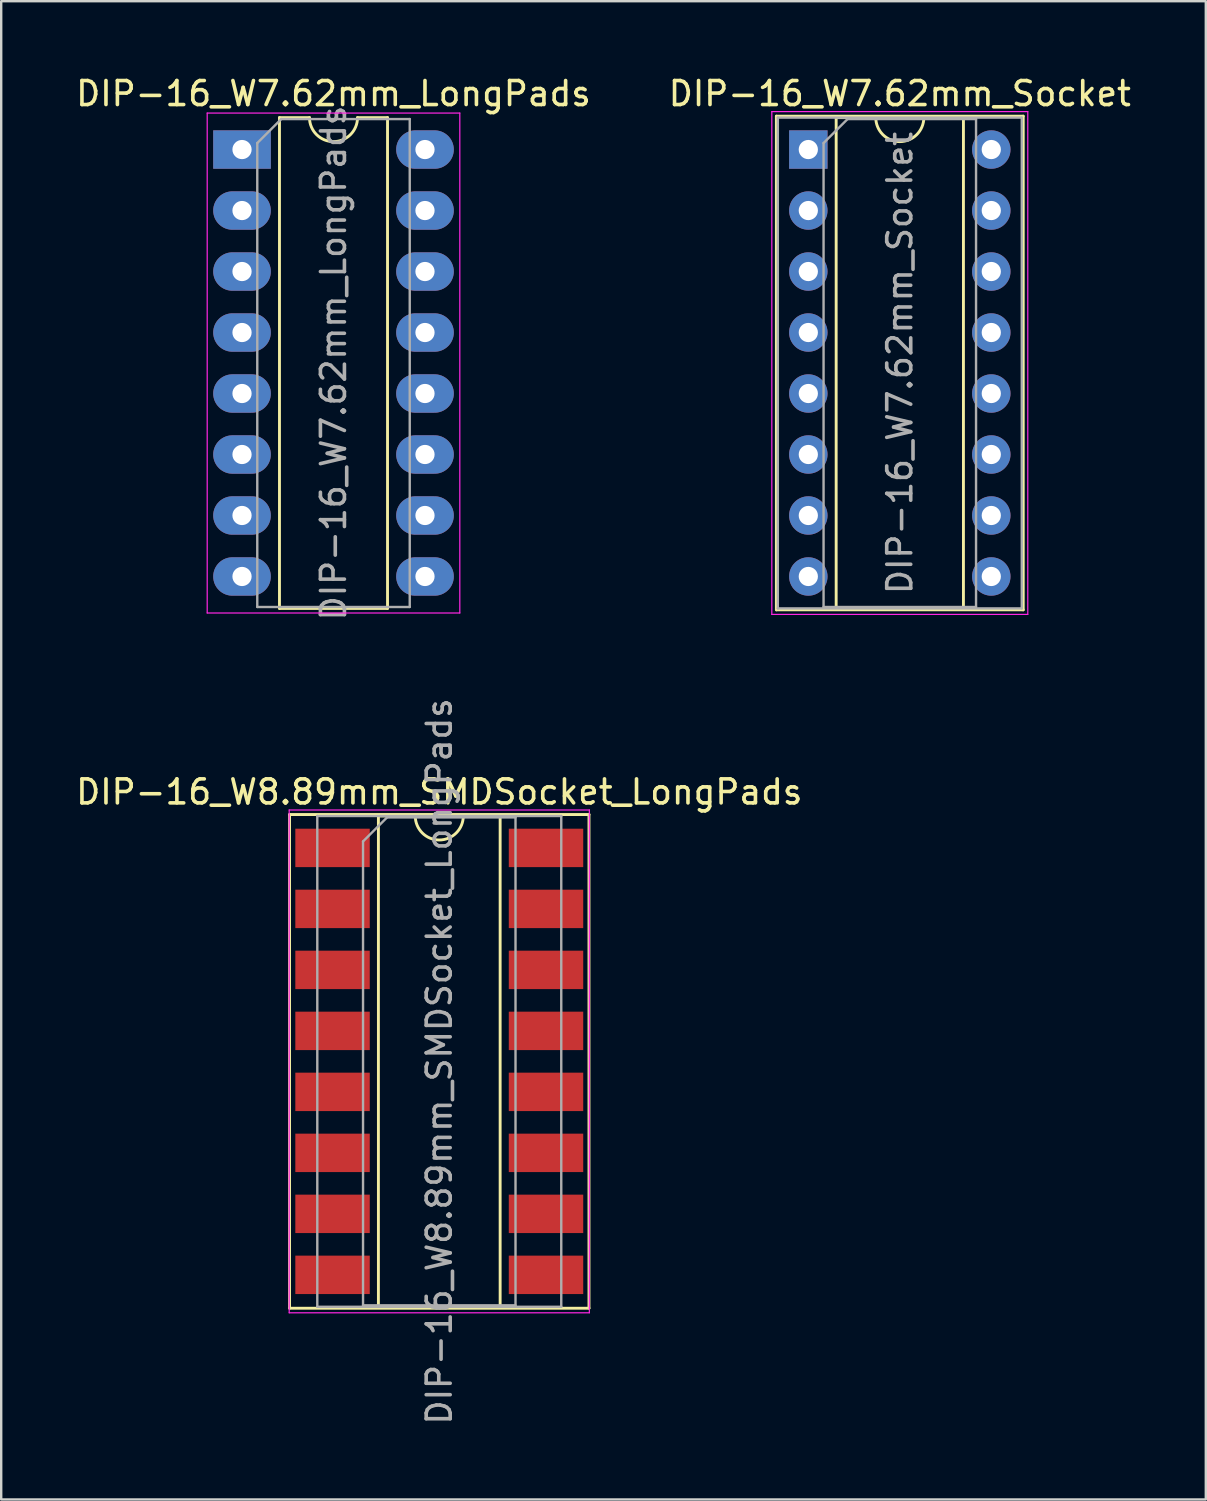
<source format=kicad_pcb>
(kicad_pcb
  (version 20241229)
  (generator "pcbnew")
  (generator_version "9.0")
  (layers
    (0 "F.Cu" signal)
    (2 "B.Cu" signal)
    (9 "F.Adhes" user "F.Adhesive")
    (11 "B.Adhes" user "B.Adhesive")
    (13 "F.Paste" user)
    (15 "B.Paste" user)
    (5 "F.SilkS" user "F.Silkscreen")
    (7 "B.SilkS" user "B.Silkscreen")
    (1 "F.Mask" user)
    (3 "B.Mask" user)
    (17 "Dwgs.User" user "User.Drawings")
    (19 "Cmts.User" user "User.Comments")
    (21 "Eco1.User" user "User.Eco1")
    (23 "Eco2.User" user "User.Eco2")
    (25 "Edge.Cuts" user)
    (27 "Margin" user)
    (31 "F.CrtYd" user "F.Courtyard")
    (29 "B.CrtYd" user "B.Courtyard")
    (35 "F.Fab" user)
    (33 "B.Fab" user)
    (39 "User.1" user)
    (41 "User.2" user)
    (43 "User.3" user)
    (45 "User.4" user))
  (footprint "DIP-16_W7.62mm_Socket"
    (layer "F.Cu")
    (at 30.613 3.178)
    (property "Reference" "DIP-16_W7.62mm_Socket" (at 3.81 -2.33 0) (layer "F.SilkS") (effects (font (size 1 1) (thickness 0.15))))
    (attr through_hole)
    (fp_line (start -1.33 -1.39) (end -1.33 19.17) (stroke (width 0.12) (type solid)) (layer "F.SilkS"))
    (fp_line (start -1.33 19.17) (end 8.95 19.17) (stroke (width 0.12) (type solid)) (layer "F.SilkS"))
    (fp_line (start 1.16 -1.33) (end 1.16 19.11) (stroke (width 0.12) (type solid)) (layer "F.SilkS"))
    (fp_line (start 1.16 19.11) (end 6.46 19.11) (stroke (width 0.12) (type solid)) (layer "F.SilkS"))
    (fp_line (start 2.81 -1.33) (end 1.16 -1.33) (stroke (width 0.12) (type solid)) (layer "F.SilkS"))
    (fp_line (start 6.46 -1.33) (end 4.81 -1.33) (stroke (width 0.12) (type solid)) (layer "F.SilkS"))
    (fp_line (start 6.46 19.11) (end 6.46 -1.33) (stroke (width 0.12) (type solid)) (layer "F.SilkS"))
    (fp_line (start 8.95 -1.39) (end -1.33 -1.39) (stroke (width 0.12) (type solid)) (layer "F.SilkS"))
    (fp_line (start 8.95 19.17) (end 8.95 -1.39) (stroke (width 0.12) (type solid)) (layer "F.SilkS"))
    (fp_arc (start 4.81 -1.33) (mid 3.81 -0.33) (end 2.81 -1.33) (stroke (width 0.12) (type solid)) (layer "F.SilkS"))
    (fp_line (start -1.52 -1.58) (end -1.52 19.36) (stroke (width 0.05) (type solid)) (layer "F.CrtYd"))
    (fp_line (start -1.52 19.36) (end 9.14 19.36) (stroke (width 0.05) (type solid)) (layer "F.CrtYd"))
    (fp_line (start 9.14 -1.58) (end -1.52 -1.58) (stroke (width 0.05) (type solid)) (layer "F.CrtYd"))
    (fp_line (start 9.14 19.36) (end 9.14 -1.58) (stroke (width 0.05) (type solid)) (layer "F.CrtYd"))
    (fp_line (start -1.27 -1.33) (end -1.27 19.11) (stroke (width 0.1) (type solid)) (layer "F.Fab"))
    (fp_line (start -1.27 19.11) (end 8.89 19.11) (stroke (width 0.1) (type solid)) (layer "F.Fab"))
    (fp_line (start 0.635 -0.27) (end 1.635 -1.27) (stroke (width 0.1) (type solid)) (layer "F.Fab"))
    (fp_line (start 0.635 19.05) (end 0.635 -0.27) (stroke (width 0.1) (type solid)) (layer "F.Fab"))
    (fp_line (start 1.635 -1.27) (end 6.985 -1.27) (stroke (width 0.1) (type solid)) (layer "F.Fab"))
    (fp_line (start 6.985 -1.27) (end 6.985 19.05) (stroke (width 0.1) (type solid)) (layer "F.Fab"))
    (fp_line (start 6.985 19.05) (end 0.635 19.05) (stroke (width 0.1) (type solid)) (layer "F.Fab"))
    (fp_line (start 8.89 -1.33) (end -1.27 -1.33) (stroke (width 0.1) (type solid)) (layer "F.Fab"))
    (fp_line (start 8.89 19.11) (end 8.89 -1.33) (stroke (width 0.1) (type solid)) (layer "F.Fab"))
    (fp_text user "${REFERENCE}" (at 3.81 8.89 90) (layer "F.Fab") (effects (font (size 1 1) (thickness 0.15))))
    (pad "1" thru_hole rect (at 0 0) (size 1.6 1.6) (drill 0.8) (layers "*.Cu" "*.Mask"))
    (pad "2" thru_hole circle (at 0 2.54) (size 1.6 1.6) (drill 0.8) (layers "*.Cu" "*.Mask"))
    (pad "3" thru_hole circle (at 0 5.08) (size 1.6 1.6) (drill 0.8) (layers "*.Cu" "*.Mask"))
    (pad "4" thru_hole circle (at 0 7.62) (size 1.6 1.6) (drill 0.8) (layers "*.Cu" "*.Mask"))
    (pad "5" thru_hole circle (at 0 10.16) (size 1.6 1.6) (drill 0.8) (layers "*.Cu" "*.Mask"))
    (pad "6" thru_hole circle (at 0 12.7) (size 1.6 1.6) (drill 0.8) (layers "*.Cu" "*.Mask"))
    (pad "7" thru_hole circle (at 0 15.24) (size 1.6 1.6) (drill 0.8) (layers "*.Cu" "*.Mask"))
    (pad "8" thru_hole circle (at 0 17.78) (size 1.6 1.6) (drill 0.8) (layers "*.Cu" "*.Mask"))
    (pad "9" thru_hole circle (at 7.62 17.78) (size 1.6 1.6) (drill 0.8) (layers "*.Cu" "*.Mask"))
    (pad "10" thru_hole circle (at 7.62 15.24) (size 1.6 1.6) (drill 0.8) (layers "*.Cu" "*.Mask"))
    (pad "11" thru_hole circle (at 7.62 12.7) (size 1.6 1.6) (drill 0.8) (layers "*.Cu" "*.Mask"))
    (pad "12" thru_hole circle (at 7.62 10.16) (size 1.6 1.6) (drill 0.8) (layers "*.Cu" "*.Mask"))
    (pad "13" thru_hole circle (at 7.62 7.62) (size 1.6 1.6) (drill 0.8) (layers "*.Cu" "*.Mask"))
    (pad "14" thru_hole circle (at 7.62 5.08) (size 1.6 1.6) (drill 0.8) (layers "*.Cu" "*.Mask"))
    (pad "15" thru_hole circle (at 7.62 2.54) (size 1.6 1.6) (drill 0.8) (layers "*.Cu" "*.Mask"))
    (pad "16" thru_hole circle (at 7.62 0) (size 1.6 1.6) (drill 0.8) (layers "*.Cu" "*.Mask")))
  (footprint "DIP-16_W7.62mm_LongPads"
    (layer "F.Cu")
    (at 7.029 3.178)
    (property "Reference" "DIP-16_W7.62mm_LongPads" (at 3.81 -2.33 0) (layer "F.SilkS") (effects (font (size 1 1) (thickness 0.15))))
    (attr through_hole)
    (fp_line (start 1.56 -1.33) (end 1.56 19.11) (stroke (width 0.12) (type solid)) (layer "F.SilkS"))
    (fp_line (start 1.56 19.11) (end 6.06 19.11) (stroke (width 0.12) (type solid)) (layer "F.SilkS"))
    (fp_line (start 2.81 -1.33) (end 1.56 -1.33) (stroke (width 0.12) (type solid)) (layer "F.SilkS"))
    (fp_line (start 6.06 -1.33) (end 4.81 -1.33) (stroke (width 0.12) (type solid)) (layer "F.SilkS"))
    (fp_line (start 6.06 19.11) (end 6.06 -1.33) (stroke (width 0.12) (type solid)) (layer "F.SilkS"))
    (fp_arc (start 4.81 -1.33) (mid 3.81 -0.33) (end 2.81 -1.33) (stroke (width 0.12) (type solid)) (layer "F.SilkS"))
    (fp_line (start -1.45 -1.52) (end -1.45 19.3) (stroke (width 0.05) (type solid)) (layer "F.CrtYd"))
    (fp_line (start -1.45 19.3) (end 9.07 19.3) (stroke (width 0.05) (type solid)) (layer "F.CrtYd"))
    (fp_line (start 9.07 -1.52) (end -1.45 -1.52) (stroke (width 0.05) (type solid)) (layer "F.CrtYd"))
    (fp_line (start 9.07 19.3) (end 9.07 -1.52) (stroke (width 0.05) (type solid)) (layer "F.CrtYd"))
    (fp_line (start 0.635 -0.27) (end 1.635 -1.27) (stroke (width 0.1) (type solid)) (layer "F.Fab"))
    (fp_line (start 0.635 19.05) (end 0.635 -0.27) (stroke (width 0.1) (type solid)) (layer "F.Fab"))
    (fp_line (start 1.635 -1.27) (end 6.985 -1.27) (stroke (width 0.1) (type solid)) (layer "F.Fab"))
    (fp_line (start 6.985 -1.27) (end 6.985 19.05) (stroke (width 0.1) (type solid)) (layer "F.Fab"))
    (fp_line (start 6.985 19.05) (end 0.635 19.05) (stroke (width 0.1) (type solid)) (layer "F.Fab"))
    (fp_text user "${REFERENCE}" (at 3.81 8.89 90) (layer "F.Fab") (effects (font (size 1 1) (thickness 0.15))))
    (pad "1" thru_hole rect (at 0 0) (size 2.4 1.6) (drill 0.8) (layers "*.Cu" "*.Mask"))
    (pad "2" thru_hole oval (at 0 2.54) (size 2.4 1.6) (drill 0.8) (layers "*.Cu" "*.Mask"))
    (pad "3" thru_hole oval (at 0 5.08) (size 2.4 1.6) (drill 0.8) (layers "*.Cu" "*.Mask"))
    (pad "4" thru_hole oval (at 0 7.62) (size 2.4 1.6) (drill 0.8) (layers "*.Cu" "*.Mask"))
    (pad "5" thru_hole oval (at 0 10.16) (size 2.4 1.6) (drill 0.8) (layers "*.Cu" "*.Mask"))
    (pad "6" thru_hole oval (at 0 12.7) (size 2.4 1.6) (drill 0.8) (layers "*.Cu" "*.Mask"))
    (pad "7" thru_hole oval (at 0 15.24) (size 2.4 1.6) (drill 0.8) (layers "*.Cu" "*.Mask"))
    (pad "8" thru_hole oval (at 0 17.78) (size 2.4 1.6) (drill 0.8) (layers "*.Cu" "*.Mask"))
    (pad "9" thru_hole oval (at 7.62 17.78) (size 2.4 1.6) (drill 0.8) (layers "*.Cu" "*.Mask"))
    (pad "10" thru_hole oval (at 7.62 15.24) (size 2.4 1.6) (drill 0.8) (layers "*.Cu" "*.Mask"))
    (pad "11" thru_hole oval (at 7.62 12.7) (size 2.4 1.6) (drill 0.8) (layers "*.Cu" "*.Mask"))
    (pad "12" thru_hole oval (at 7.62 10.16) (size 2.4 1.6) (drill 0.8) (layers "*.Cu" "*.Mask"))
    (pad "13" thru_hole oval (at 7.62 7.62) (size 2.4 1.6) (drill 0.8) (layers "*.Cu" "*.Mask"))
    (pad "14" thru_hole oval (at 7.62 5.08) (size 2.4 1.6) (drill 0.8) (layers "*.Cu" "*.Mask"))
    (pad "15" thru_hole oval (at 7.62 2.54) (size 2.4 1.6) (drill 0.8) (layers "*.Cu" "*.Mask"))
    (pad "16" thru_hole oval (at 7.62 0) (size 2.4 1.6) (drill 0.8) (layers "*.Cu" "*.Mask")))
  (footprint "DIP-16_W8.89mm_SMDSocket_LongPads"
    (layer "F.Cu")
    (at 15.244 41.152)
    (property "Reference" "DIP-16_W8.89mm_SMDSocket_LongPads" (at 0 -11.22 0) (layer "F.SilkS") (effects (font (size 1 1) (thickness 0.15))))
    (attr smd)
    (fp_line (start -6.235 -10.28) (end -6.235 10.28) (stroke (width 0.12) (type solid)) (layer "F.SilkS"))
    (fp_line (start -6.235 10.28) (end 6.235 10.28) (stroke (width 0.12) (type solid)) (layer "F.SilkS"))
    (fp_line (start -2.535 -10.22) (end -2.535 10.22) (stroke (width 0.12) (type solid)) (layer "F.SilkS"))
    (fp_line (start -2.535 10.22) (end 2.535 10.22) (stroke (width 0.12) (type solid)) (layer "F.SilkS"))
    (fp_line (start -1 -10.22) (end -2.535 -10.22) (stroke (width 0.12) (type solid)) (layer "F.SilkS"))
    (fp_line (start 2.535 -10.22) (end 1 -10.22) (stroke (width 0.12) (type solid)) (layer "F.SilkS"))
    (fp_line (start 2.535 10.22) (end 2.535 -10.22) (stroke (width 0.12) (type solid)) (layer "F.SilkS"))
    (fp_line (start 6.235 -10.28) (end -6.235 -10.28) (stroke (width 0.12) (type solid)) (layer "F.SilkS"))
    (fp_line (start 6.235 10.28) (end 6.235 -10.28) (stroke (width 0.12) (type solid)) (layer "F.SilkS"))
    (fp_arc (start 1 -10.22) (mid 0 -9.22) (end -1 -10.22) (stroke (width 0.12) (type solid)) (layer "F.SilkS"))
    (fp_line (start -6.25 -10.47) (end -6.25 10.47) (stroke (width 0.05) (type solid)) (layer "F.CrtYd"))
    (fp_line (start -6.25 10.47) (end 6.25 10.47) (stroke (width 0.05) (type solid)) (layer "F.CrtYd"))
    (fp_line (start 6.25 -10.47) (end -6.25 -10.47) (stroke (width 0.05) (type solid)) (layer "F.CrtYd"))
    (fp_line (start 6.25 10.47) (end 6.25 -10.47) (stroke (width 0.05) (type solid)) (layer "F.CrtYd"))
    (fp_line (start -5.08 -10.22) (end -5.08 10.22) (stroke (width 0.1) (type solid)) (layer "F.Fab"))
    (fp_line (start -5.08 10.22) (end 5.08 10.22) (stroke (width 0.1) (type solid)) (layer "F.Fab"))
    (fp_line (start -3.175 -9.16) (end -2.175 -10.16) (stroke (width 0.1) (type solid)) (layer "F.Fab"))
    (fp_line (start -3.175 10.16) (end -3.175 -9.16) (stroke (width 0.1) (type solid)) (layer "F.Fab"))
    (fp_line (start -2.175 -10.16) (end 3.175 -10.16) (stroke (width 0.1) (type solid)) (layer "F.Fab"))
    (fp_line (start 3.175 -10.16) (end 3.175 10.16) (stroke (width 0.1) (type solid)) (layer "F.Fab"))
    (fp_line (start 3.175 10.16) (end -3.175 10.16) (stroke (width 0.1) (type solid)) (layer "F.Fab"))
    (fp_line (start 5.08 -10.22) (end -5.08 -10.22) (stroke (width 0.1) (type solid)) (layer "F.Fab"))
    (fp_line (start 5.08 10.22) (end 5.08 -10.22) (stroke (width 0.1) (type solid)) (layer "F.Fab"))
    (fp_text user "${REFERENCE}" (at 0 0 90) (layer "F.Fab") (effects (font (size 1 1) (thickness 0.15))))
    (pad "1" smd rect (at -4.445 -8.89) (size 3.1 1.6) (layers "F.Cu" "F.Mask" "F.Paste"))
    (pad "2" smd rect (at -4.445 -6.35) (size 3.1 1.6) (layers "F.Cu" "F.Mask" "F.Paste"))
    (pad "3" smd rect (at -4.445 -3.81) (size 3.1 1.6) (layers "F.Cu" "F.Mask" "F.Paste"))
    (pad "4" smd rect (at -4.445 -1.27) (size 3.1 1.6) (layers "F.Cu" "F.Mask" "F.Paste"))
    (pad "5" smd rect (at -4.445 1.27) (size 3.1 1.6) (layers "F.Cu" "F.Mask" "F.Paste"))
    (pad "6" smd rect (at -4.445 3.81) (size 3.1 1.6) (layers "F.Cu" "F.Mask" "F.Paste"))
    (pad "7" smd rect (at -4.445 6.35) (size 3.1 1.6) (layers "F.Cu" "F.Mask" "F.Paste"))
    (pad "8" smd rect (at -4.445 8.89) (size 3.1 1.6) (layers "F.Cu" "F.Mask" "F.Paste"))
    (pad "9" smd rect (at 4.445 8.89) (size 3.1 1.6) (layers "F.Cu" "F.Mask" "F.Paste"))
    (pad "10" smd rect (at 4.445 6.35) (size 3.1 1.6) (layers "F.Cu" "F.Mask" "F.Paste"))
    (pad "11" smd rect (at 4.445 3.81) (size 3.1 1.6) (layers "F.Cu" "F.Mask" "F.Paste"))
    (pad "12" smd rect (at 4.445 1.27) (size 3.1 1.6) (layers "F.Cu" "F.Mask" "F.Paste"))
    (pad "13" smd rect (at 4.445 -1.27) (size 3.1 1.6) (layers "F.Cu" "F.Mask" "F.Paste"))
    (pad "14" smd rect (at 4.445 -3.81) (size 3.1 1.6) (layers "F.Cu" "F.Mask" "F.Paste"))
    (pad "15" smd rect (at 4.445 -6.35) (size 3.1 1.6) (layers "F.Cu" "F.Mask" "F.Paste"))
    (pad "16" smd rect (at 4.445 -8.89) (size 3.1 1.6) (layers "F.Cu" "F.Mask" "F.Paste")))
  (gr_rect
    (start -3 -3)
    (end 47.167 59.396)
    (stroke (width 0.1) (type default))
    (fill no)
    (layer "Edge.Cuts")))
</source>
